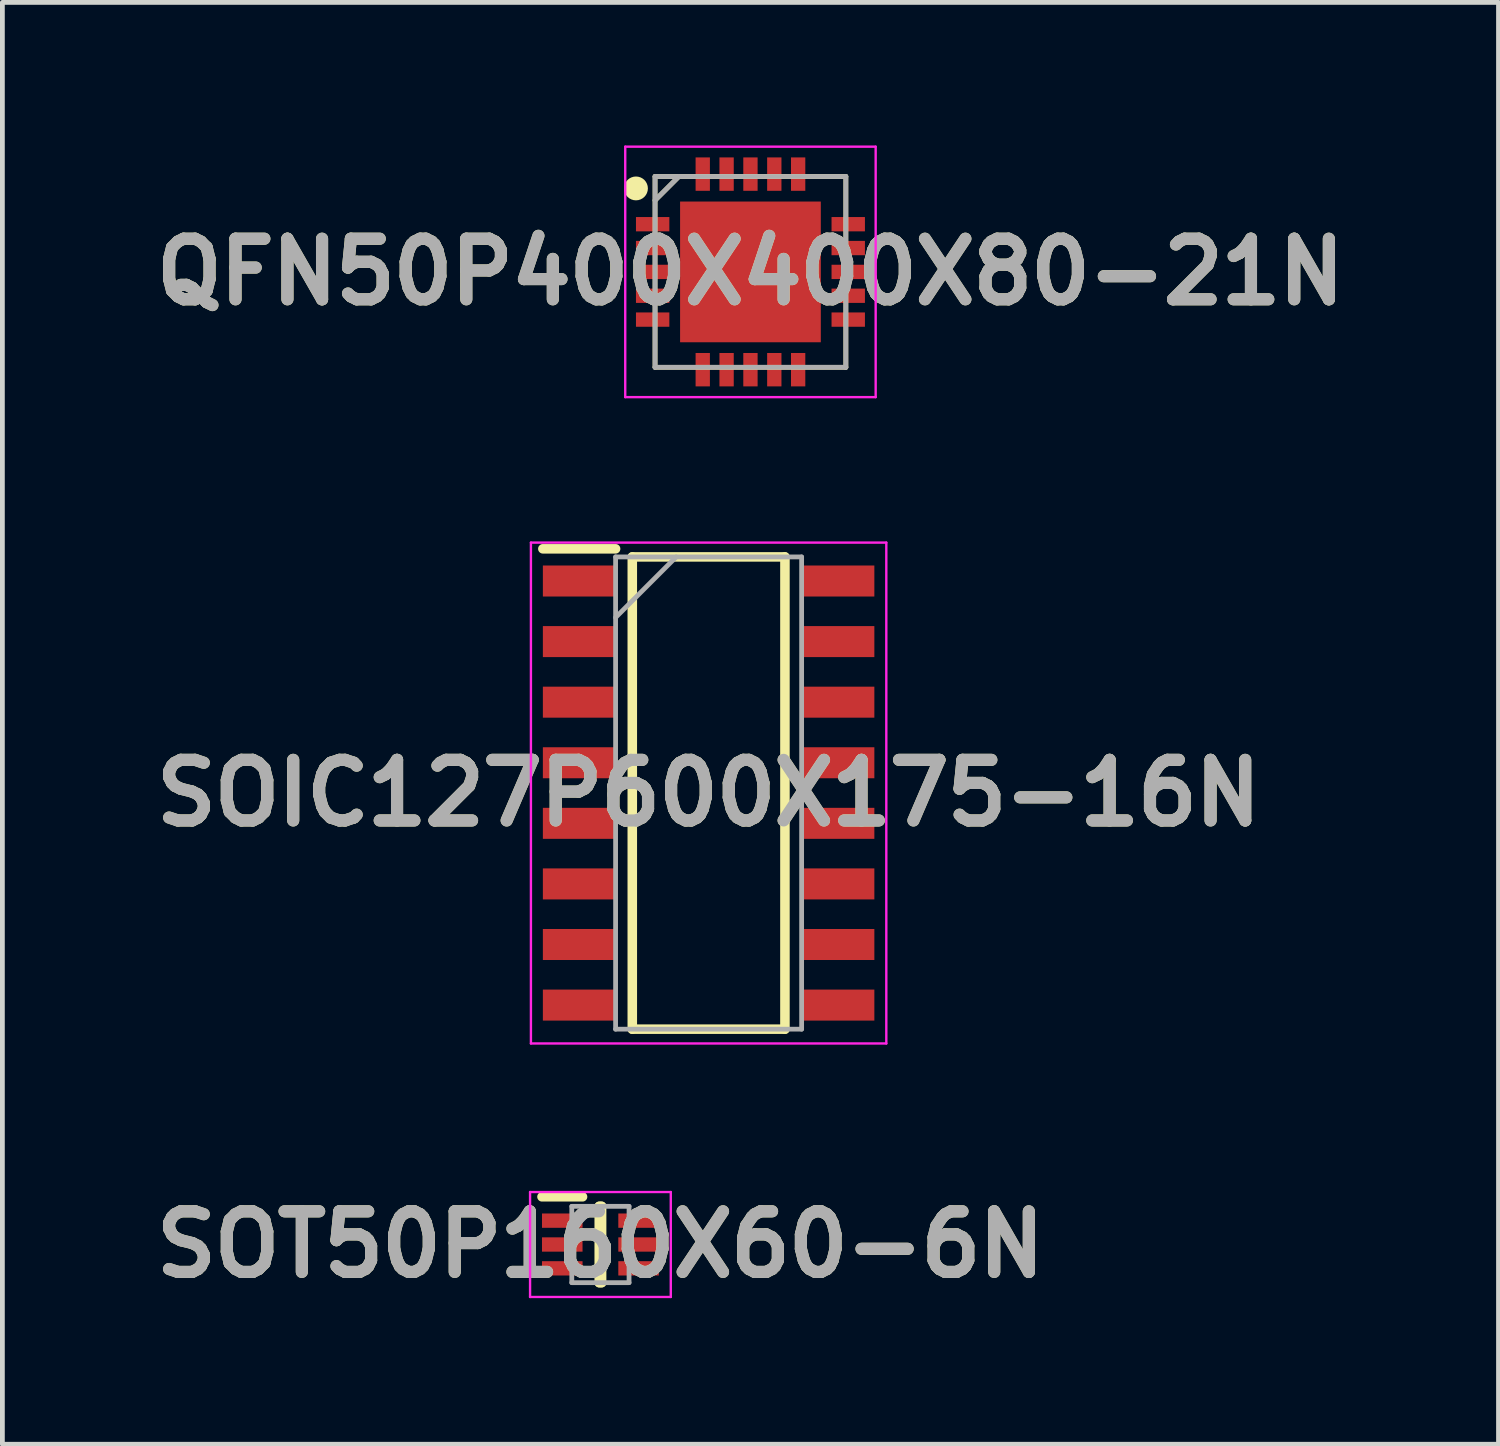
<source format=kicad_pcb>
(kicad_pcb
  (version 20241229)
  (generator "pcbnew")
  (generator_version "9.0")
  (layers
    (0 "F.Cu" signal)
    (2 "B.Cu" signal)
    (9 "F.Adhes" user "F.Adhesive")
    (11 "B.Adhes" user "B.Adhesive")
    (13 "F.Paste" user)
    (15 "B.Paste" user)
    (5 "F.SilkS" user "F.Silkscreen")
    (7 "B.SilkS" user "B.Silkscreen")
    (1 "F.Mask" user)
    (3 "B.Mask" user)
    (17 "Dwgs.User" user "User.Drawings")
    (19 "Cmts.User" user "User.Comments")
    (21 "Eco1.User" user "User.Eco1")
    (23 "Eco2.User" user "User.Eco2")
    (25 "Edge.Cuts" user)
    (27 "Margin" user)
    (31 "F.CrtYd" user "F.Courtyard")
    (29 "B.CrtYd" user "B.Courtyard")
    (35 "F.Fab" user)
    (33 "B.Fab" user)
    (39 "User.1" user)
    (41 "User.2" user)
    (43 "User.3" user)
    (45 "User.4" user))
  (footprint "SOT50P160X60-6N"
    (layer "F.Cu")
    (at 9.537 23.039)
    (property "Reference" "SOT50P160X60-6N" (at 0 0 0) (layer "F.SilkS") (effects (font (size 1.27 1.27) (thickness 0.254))))
    (attr smd)
    (fp_line (start -1.225 -1) (end -0.375 -1) (stroke (width 0.2) (type solid)) (layer "F.SilkS"))
    (fp_line (start -0.025 -0.8) (end 0.025 -0.8) (stroke (width 0.2) (type solid)) (layer "F.SilkS"))
    (fp_line (start -0.025 0.8) (end -0.025 -0.8) (stroke (width 0.2) (type solid)) (layer "F.SilkS"))
    (fp_line (start 0.025 -0.8) (end 0.025 0.8) (stroke (width 0.2) (type solid)) (layer "F.SilkS"))
    (fp_line (start 0.025 0.8) (end -0.025 0.8) (stroke (width 0.2) (type solid)) (layer "F.SilkS"))
    (fp_line (start -1.475 -1.1) (end 1.475 -1.1) (stroke (width 0.05) (type solid)) (layer "F.CrtYd"))
    (fp_line (start -1.475 1.1) (end -1.475 -1.1) (stroke (width 0.05) (type solid)) (layer "F.CrtYd"))
    (fp_line (start 1.475 -1.1) (end 1.475 1.1) (stroke (width 0.05) (type solid)) (layer "F.CrtYd"))
    (fp_line (start 1.475 1.1) (end -1.475 1.1) (stroke (width 0.05) (type solid)) (layer "F.CrtYd"))
    (fp_line (start -0.6 -0.8) (end 0.6 -0.8) (stroke (width 0.1) (type solid)) (layer "F.Fab"))
    (fp_line (start -0.6 -0.3) (end -0.1 -0.8) (stroke (width 0.1) (type solid)) (layer "F.Fab"))
    (fp_line (start -0.6 0.8) (end -0.6 -0.8) (stroke (width 0.1) (type solid)) (layer "F.Fab"))
    (fp_line (start 0.6 -0.8) (end 0.6 0.8) (stroke (width 0.1) (type solid)) (layer "F.Fab"))
    (fp_line (start 0.6 0.8) (end -0.6 0.8) (stroke (width 0.1) (type solid)) (layer "F.Fab"))
    (fp_text user "${REFERENCE}" (at 0 0 0) (layer "F.Fab") (effects (font (size 1.27 1.27) (thickness 0.254))))
    (pad "1" smd rect (at -0.8 -0.5 90) (size 0.3 0.85) (layers "F.Cu" "F.Mask" "F.Paste"))
    (pad "2" smd rect (at -0.8 0 90) (size 0.3 0.85) (layers "F.Cu" "F.Mask" "F.Paste"))
    (pad "3" smd rect (at -0.8 0.5 90) (size 0.3 0.85) (layers "F.Cu" "F.Mask" "F.Paste"))
    (pad "4" smd rect (at 0.8 0.5 90) (size 0.3 0.85) (layers "F.Cu" "F.Mask" "F.Paste"))
    (pad "5" smd rect (at 0.8 0 90) (size 0.3 0.85) (layers "F.Cu" "F.Mask" "F.Paste"))
    (pad "6" smd rect (at 0.8 -0.5 90) (size 0.3 0.85) (layers "F.Cu" "F.Mask" "F.Paste")))
  (footprint "SOIC127P600X175-16N"
    (layer "F.Cu")
    (at 11.805 13.575)
    (property "Reference" "SOIC127P600X175-16N" (at 0 0 0) (layer "F.SilkS") (effects (font (size 1.27 1.27) (thickness 0.254))))
    (attr smd)
    (fp_line (start -3.475 -5.12) (end -1.95 -5.12) (stroke (width 0.2) (type solid)) (layer "F.SilkS"))
    (fp_line (start -1.6 -4.95) (end 1.6 -4.95) (stroke (width 0.2) (type solid)) (layer "F.SilkS"))
    (fp_line (start -1.6 4.95) (end -1.6 -4.95) (stroke (width 0.2) (type solid)) (layer "F.SilkS"))
    (fp_line (start 1.6 -4.95) (end 1.6 4.95) (stroke (width 0.2) (type solid)) (layer "F.SilkS"))
    (fp_line (start 1.6 4.95) (end -1.6 4.95) (stroke (width 0.2) (type solid)) (layer "F.SilkS"))
    (fp_line (start -3.725 -5.25) (end 3.725 -5.25) (stroke (width 0.05) (type solid)) (layer "F.CrtYd"))
    (fp_line (start -3.725 5.25) (end -3.725 -5.25) (stroke (width 0.05) (type solid)) (layer "F.CrtYd"))
    (fp_line (start 3.725 -5.25) (end 3.725 5.25) (stroke (width 0.05) (type solid)) (layer "F.CrtYd"))
    (fp_line (start 3.725 5.25) (end -3.725 5.25) (stroke (width 0.05) (type solid)) (layer "F.CrtYd"))
    (fp_line (start -1.95 -4.95) (end 1.95 -4.95) (stroke (width 0.1) (type solid)) (layer "F.Fab"))
    (fp_line (start -1.95 -3.68) (end -0.68 -4.95) (stroke (width 0.1) (type solid)) (layer "F.Fab"))
    (fp_line (start -1.95 4.95) (end -1.95 -4.95) (stroke (width 0.1) (type solid)) (layer "F.Fab"))
    (fp_line (start 1.95 -4.95) (end 1.95 4.95) (stroke (width 0.1) (type solid)) (layer "F.Fab"))
    (fp_line (start 1.95 4.95) (end -1.95 4.95) (stroke (width 0.1) (type solid)) (layer "F.Fab"))
    (fp_text user "${REFERENCE}" (at 0 0 0) (layer "F.Fab") (effects (font (size 1.27 1.27) (thickness 0.254))))
    (pad "1" smd rect (at -2.712 -4.445 90) (size 0.65 1.525) (layers "F.Cu" "F.Mask" "F.Paste"))
    (pad "2" smd rect (at -2.712 -3.175 90) (size 0.65 1.525) (layers "F.Cu" "F.Mask" "F.Paste"))
    (pad "3" smd rect (at -2.712 -1.905 90) (size 0.65 1.525) (layers "F.Cu" "F.Mask" "F.Paste"))
    (pad "4" smd rect (at -2.712 -0.635 90) (size 0.65 1.525) (layers "F.Cu" "F.Mask" "F.Paste"))
    (pad "5" smd rect (at -2.712 0.635 90) (size 0.65 1.525) (layers "F.Cu" "F.Mask" "F.Paste"))
    (pad "6" smd rect (at -2.712 1.905 90) (size 0.65 1.525) (layers "F.Cu" "F.Mask" "F.Paste"))
    (pad "7" smd rect (at -2.712 3.175 90) (size 0.65 1.525) (layers "F.Cu" "F.Mask" "F.Paste"))
    (pad "8" smd rect (at -2.712 4.445 90) (size 0.65 1.525) (layers "F.Cu" "F.Mask" "F.Paste"))
    (pad "9" smd rect (at 2.712 4.445 90) (size 0.65 1.525) (layers "F.Cu" "F.Mask" "F.Paste"))
    (pad "10" smd rect (at 2.712 3.175 90) (size 0.65 1.525) (layers "F.Cu" "F.Mask" "F.Paste"))
    (pad "11" smd rect (at 2.712 1.905 90) (size 0.65 1.525) (layers "F.Cu" "F.Mask" "F.Paste"))
    (pad "12" smd rect (at 2.712 0.635 90) (size 0.65 1.525) (layers "F.Cu" "F.Mask" "F.Paste"))
    (pad "13" smd rect (at 2.712 -0.635 90) (size 0.65 1.525) (layers "F.Cu" "F.Mask" "F.Paste"))
    (pad "14" smd rect (at 2.712 -1.905 90) (size 0.65 1.525) (layers "F.Cu" "F.Mask" "F.Paste"))
    (pad "15" smd rect (at 2.712 -3.175 90) (size 0.65 1.525) (layers "F.Cu" "F.Mask" "F.Paste"))
    (pad "16" smd rect (at 2.712 -4.445 90) (size 0.65 1.525) (layers "F.Cu" "F.Mask" "F.Paste")))
  (footprint "QFN50P400X400X80-21N"
    (layer "F.Cu")
    (at 12.682 2.65)
    (property "Reference" "QFN50P400X400X80-21N" (at 0 0 0) (layer "F.SilkS") (effects (font (size 1.27 1.27) (thickness 0.254))))
    (attr smd)
    (fp_line (start -2 -2) (end 2 -2) (stroke (width 0.1) (type solid)) (layer "F.SilkS"))
    (fp_line (start -2 -1.5) (end -1.5 -2) (stroke (width 0.1) (type solid)) (layer "F.SilkS"))
    (fp_line (start -2 2) (end -2 -2) (stroke (width 0.1) (type solid)) (layer "F.SilkS"))
    (fp_line (start 2 -2) (end 2 2) (stroke (width 0.1) (type solid)) (layer "F.SilkS"))
    (fp_line (start 2 2) (end -2 2) (stroke (width 0.1) (type solid)) (layer "F.SilkS"))
    (fp_circle (center -2.4 -1.75) (end -2.4 -1.625) (stroke (width 0.25) (type solid)) (fill no) (layer "F.SilkS"))
    (fp_line (start -2.625 -2.625) (end 2.625 -2.625) (stroke (width 0.05) (type solid)) (layer "F.CrtYd"))
    (fp_line (start -2.625 2.625) (end -2.625 -2.625) (stroke (width 0.05) (type solid)) (layer "F.CrtYd"))
    (fp_line (start 2.625 -2.625) (end 2.625 2.625) (stroke (width 0.05) (type solid)) (layer "F.CrtYd"))
    (fp_line (start 2.625 2.625) (end -2.625 2.625) (stroke (width 0.05) (type solid)) (layer "F.CrtYd"))
    (fp_line (start -2 -2) (end 2 -2) (stroke (width 0.1) (type solid)) (layer "F.Fab"))
    (fp_line (start -2 -1.5) (end -1.5 -2) (stroke (width 0.1) (type solid)) (layer "F.Fab"))
    (fp_line (start -2 2) (end -2 -2) (stroke (width 0.1) (type solid)) (layer "F.Fab"))
    (fp_line (start 2 -2) (end 2 2) (stroke (width 0.1) (type solid)) (layer "F.Fab"))
    (fp_line (start 2 2) (end -2 2) (stroke (width 0.1) (type solid)) (layer "F.Fab"))
    (fp_text user "${REFERENCE}" (at 0 0 0) (layer "F.Fab") (effects (font (size 1.27 1.27) (thickness 0.254))))
    (pad "1" smd rect (at -2.05 -1 90) (size 0.3 0.7) (layers "F.Cu" "F.Mask" "F.Paste"))
    (pad "2" smd rect (at -2.05 -0.5 90) (size 0.3 0.7) (layers "F.Cu" "F.Mask" "F.Paste"))
    (pad "3" smd rect (at -2.05 0 90) (size 0.3 0.7) (layers "F.Cu" "F.Mask" "F.Paste"))
    (pad "4" smd rect (at -2.05 0.5 90) (size 0.3 0.7) (layers "F.Cu" "F.Mask" "F.Paste"))
    (pad "5" smd rect (at -2.05 1 90) (size 0.3 0.7) (layers "F.Cu" "F.Mask" "F.Paste"))
    (pad "6" smd rect (at -1 2.05) (size 0.3 0.7) (layers "F.Cu" "F.Mask" "F.Paste"))
    (pad "7" smd rect (at -0.5 2.05) (size 0.3 0.7) (layers "F.Cu" "F.Mask" "F.Paste"))
    (pad "8" smd rect (at 0 2.05) (size 0.3 0.7) (layers "F.Cu" "F.Mask" "F.Paste"))
    (pad "9" smd rect (at 0.5 2.05) (size 0.3 0.7) (layers "F.Cu" "F.Mask" "F.Paste"))
    (pad "10" smd rect (at 1 2.05) (size 0.3 0.7) (layers "F.Cu" "F.Mask" "F.Paste"))
    (pad "11" smd rect (at 2.05 1 90) (size 0.3 0.7) (layers "F.Cu" "F.Mask" "F.Paste"))
    (pad "12" smd rect (at 2.05 0.5 90) (size 0.3 0.7) (layers "F.Cu" "F.Mask" "F.Paste"))
    (pad "13" smd rect (at 2.05 0 90) (size 0.3 0.7) (layers "F.Cu" "F.Mask" "F.Paste"))
    (pad "14" smd rect (at 2.05 -0.5 90) (size 0.3 0.7) (layers "F.Cu" "F.Mask" "F.Paste"))
    (pad "15" smd rect (at 2.05 -1 90) (size 0.3 0.7) (layers "F.Cu" "F.Mask" "F.Paste"))
    (pad "16" smd rect (at 1 -2.05) (size 0.3 0.7) (layers "F.Cu" "F.Mask" "F.Paste"))
    (pad "17" smd rect (at 0.5 -2.05) (size 0.3 0.7) (layers "F.Cu" "F.Mask" "F.Paste"))
    (pad "18" smd rect (at 0 -2.05) (size 0.3 0.7) (layers "F.Cu" "F.Mask" "F.Paste"))
    (pad "19" smd rect (at -0.5 -2.05) (size 0.3 0.7) (layers "F.Cu" "F.Mask" "F.Paste"))
    (pad "20" smd rect (at -1 -2.05) (size 0.3 0.7) (layers "F.Cu" "F.Mask" "F.Paste"))
    (pad "21" smd rect (at 0 0) (size 2.95 2.95) (layers "F.Cu" "F.Mask" "F.Paste")))
  (gr_rect
    (start -3 -3)
    (end 28.364 27.227)
    (stroke (width 0.1) (type default))
    (fill no)
    (layer "Edge.Cuts")))
</source>
